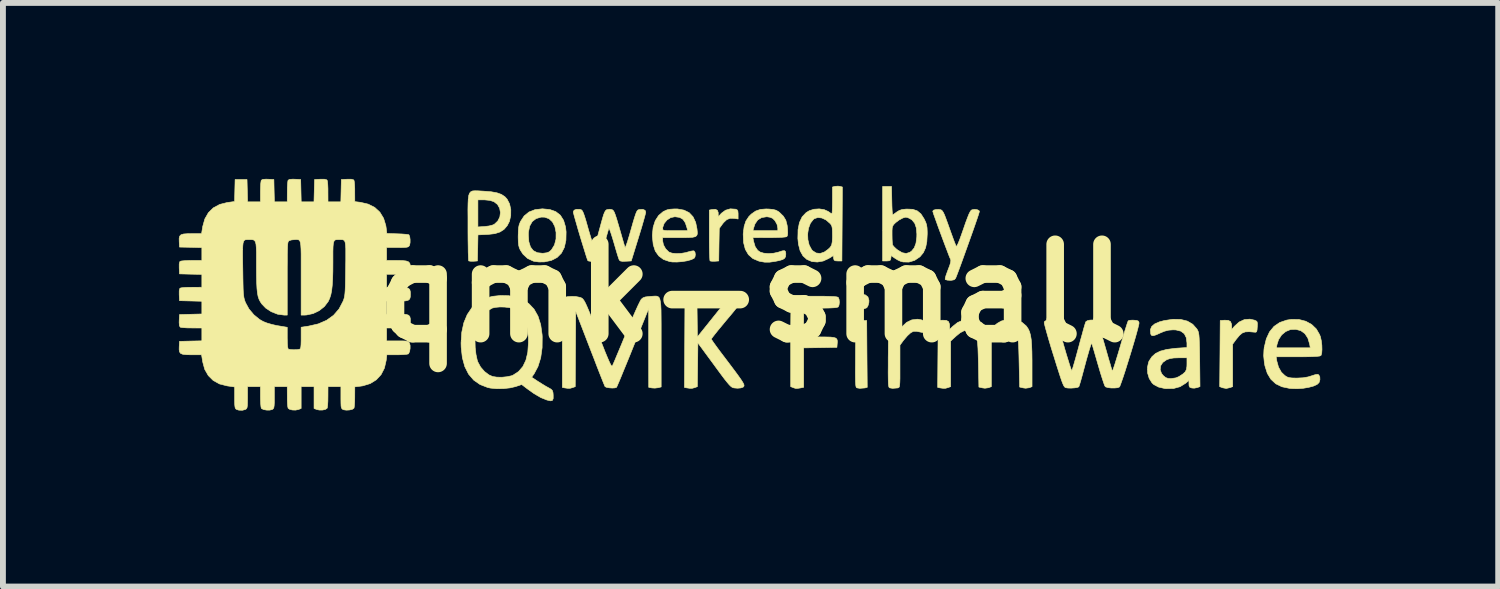
<source format=kicad_pcb>
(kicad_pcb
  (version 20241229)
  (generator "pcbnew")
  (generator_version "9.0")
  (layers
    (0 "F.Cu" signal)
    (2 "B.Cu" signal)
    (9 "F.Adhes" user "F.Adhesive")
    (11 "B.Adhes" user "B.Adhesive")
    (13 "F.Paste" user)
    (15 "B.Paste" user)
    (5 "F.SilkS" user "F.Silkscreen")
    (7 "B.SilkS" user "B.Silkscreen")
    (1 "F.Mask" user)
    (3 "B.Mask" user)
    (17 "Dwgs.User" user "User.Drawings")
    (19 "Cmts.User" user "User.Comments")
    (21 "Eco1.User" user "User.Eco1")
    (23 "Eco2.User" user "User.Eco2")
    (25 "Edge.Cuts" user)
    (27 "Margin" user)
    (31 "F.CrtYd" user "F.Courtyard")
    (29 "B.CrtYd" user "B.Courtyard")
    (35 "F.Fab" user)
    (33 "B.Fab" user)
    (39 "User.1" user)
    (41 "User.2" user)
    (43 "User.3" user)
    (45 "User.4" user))
  (footprint "qmk-small"
    (layer "F.Cu")
    (at 9.79 1.95)
    (property "Reference" "qmk-small" (at 0 0 0) (layer "F.SilkS") (effects (font (size 1.524 1.524) (thickness 0.3))))
    (attr through_hole)
    (fp_poly (pts (xy 1.943 1.035) (xy 1.948 1.605) (xy 1.909 1.615) (xy 1.821 1.622) (xy 1.774 1.614) (xy 1.765 1.61) (xy 1.759 1.6) (xy 1.754 1.582) (xy 1.751 1.551) (xy 1.748 1.505) (xy 1.747 1.44) (xy 1.746 1.352) (xy 1.747 1.238) (xy 1.748 1.095) (xy 1.748 1.036) (xy 1.753 0.466) (xy 1.939 0.466) (xy 1.943 1.035)) (stroke (width 0.01) (type solid)) (fill yes) (layer "F.SilkS"))
    (fp_poly (pts (xy 1.917 0.029) (xy 1.96 0.064) (xy 1.977 0.12) (xy 1.976 0.158) (xy 1.963 0.207) (xy 1.943 0.244) (xy 1.937 0.249) (xy 1.892 0.266) (xy 1.833 0.27) (xy 1.778 0.261) (xy 1.754 0.249) (xy 1.734 0.221) (xy 1.725 0.17) (xy 1.724 0.144) (xy 1.732 0.078) (xy 1.756 0.038) (xy 1.804 0.02) (xy 1.849 0.017) (xy 1.917 0.029)) (stroke (width 0.01) (type solid)) (fill yes) (layer "F.SilkS"))
    (fp_poly (pts (xy -0.299 -1.433) (xy -0.297 -1.433) (xy -0.271 -1.422) (xy -0.258 -1.401) (xy -0.254 -1.36) (xy -0.254 -1.344) (xy -0.254 -1.266) (xy -0.321 -1.276) (xy -0.39 -1.278) (xy -0.448 -1.255) (xy -0.502 -1.204) (xy -0.523 -1.177) (xy -0.575 -1.105) (xy -0.58 -0.828) (xy -0.584 -0.55) (xy -0.653 -0.545) (xy -0.699 -0.545) (xy -0.729 -0.55) (xy -0.733 -0.552) (xy -0.736 -0.572) (xy -0.739 -0.621) (xy -0.742 -0.694) (xy -0.744 -0.787) (xy -0.745 -0.895) (xy -0.745 -0.991) (xy -0.745 -1.418) (xy -0.701 -1.427) (xy -0.642 -1.431) (xy -0.607 -1.414) (xy -0.593 -1.375) (xy -0.593 -1.361) (xy -0.593 -1.304) (xy -0.538 -1.364) (xy -0.469 -1.415) (xy -0.387 -1.439) (xy -0.299 -1.433)) (stroke (width 0.01) (type solid)) (fill yes) (layer "F.SilkS"))
    (fp_poly (pts (xy 8.55 0.459) (xy 8.58 0.472) (xy 8.596 0.488) (xy 8.601 0.518) (xy 8.599 0.571) (xy 8.599 0.573) (xy 8.595 0.627) (xy 8.588 0.655) (xy 8.574 0.665) (xy 8.551 0.664) (xy 8.461 0.656) (xy 8.395 0.659) (xy 8.342 0.679) (xy 8.295 0.719) (xy 8.242 0.783) (xy 8.227 0.803) (xy 8.179 0.869) (xy 8.179 1.593) (xy 8.135 1.609) (xy 8.07 1.624) (xy 8.007 1.612) (xy 7.997 1.608) (xy 7.958 1.593) (xy 7.963 1.029) (xy 7.967 0.466) (xy 8.04 0.46) (xy 8.105 0.463) (xy 8.143 0.484) (xy 8.16 0.528) (xy 8.162 0.557) (xy 8.163 0.618) (xy 8.209 0.564) (xy 8.29 0.491) (xy 8.378 0.45) (xy 8.473 0.442) (xy 8.55 0.459)) (stroke (width 0.01) (type solid)) (fill yes) (layer "F.SilkS"))
    (fp_poly (pts (xy 2.813 0.444) (xy 2.867 0.453) (xy 2.909 0.467) (xy 2.92 0.474) (xy 2.935 0.502) (xy 2.944 0.548) (xy 2.947 0.6) (xy 2.942 0.644) (xy 2.93 0.669) (xy 2.93 0.669) (xy 2.904 0.671) (xy 2.861 0.664) (xy 2.843 0.66) (xy 2.79 0.65) (xy 2.744 0.649) (xy 2.735 0.65) (xy 2.688 0.675) (xy 2.632 0.726) (xy 2.569 0.8) (xy 2.554 0.82) (xy 2.506 0.886) (xy 2.506 1.245) (xy 2.506 1.364) (xy 2.506 1.454) (xy 2.504 1.518) (xy 2.501 1.561) (xy 2.497 1.589) (xy 2.49 1.604) (xy 2.48 1.611) (xy 2.468 1.615) (xy 2.38 1.622) (xy 2.332 1.614) (xy 2.324 1.61) (xy 2.318 1.6) (xy 2.313 1.582) (xy 2.309 1.551) (xy 2.307 1.505) (xy 2.306 1.44) (xy 2.305 1.352) (xy 2.306 1.238) (xy 2.306 1.095) (xy 2.307 1.036) (xy 2.311 0.466) (xy 2.481 0.466) (xy 2.489 0.546) (xy 2.498 0.627) (xy 2.545 0.567) (xy 2.62 0.497) (xy 2.707 0.455) (xy 2.801 0.443) (xy 2.813 0.444)) (stroke (width 0.01) (type solid)) (fill yes) (layer "F.SilkS"))
    (fp_poly (pts (xy 1.2 0.051) (xy 1.303 0.054) (xy 1.378 0.057) (xy 1.426 0.062) (xy 1.451 0.069) (xy 1.453 0.071) (xy 1.468 0.105) (xy 1.473 0.154) (xy 1.467 0.203) (xy 1.453 0.234) (xy 1.43 0.242) (xy 1.381 0.248) (xy 1.303 0.252) (xy 1.194 0.254) (xy 1.148 0.254) (xy 0.864 0.254) (xy 0.864 0.745) (xy 1.132 0.745) (xy 1.242 0.746) (xy 1.323 0.748) (xy 1.378 0.755) (xy 1.413 0.766) (xy 1.431 0.785) (xy 1.438 0.812) (xy 1.437 0.85) (xy 1.436 0.858) (xy 1.431 0.923) (xy 1.147 0.928) (xy 0.864 0.932) (xy 0.864 1.604) (xy 0.811 1.615) (xy 0.759 1.623) (xy 0.722 1.622) (xy 0.683 1.609) (xy 0.682 1.608) (xy 0.643 1.593) (xy 0.643 0.848) (xy 0.644 0.668) (xy 0.644 0.518) (xy 0.645 0.397) (xy 0.646 0.3) (xy 0.648 0.225) (xy 0.651 0.17) (xy 0.654 0.13) (xy 0.658 0.103) (xy 0.664 0.087) (xy 0.67 0.077) (xy 0.683 0.068) (xy 0.706 0.062) (xy 0.743 0.057) (xy 0.797 0.054) (xy 0.874 0.052) (xy 0.977 0.051) (xy 1.065 0.051) (xy 1.2 0.051)) (stroke (width 0.01) (type solid)) (fill yes) (layer "F.SilkS"))
    (fp_poly (pts (xy -4.69 -1.746) (xy -4.626 -1.742) (xy -4.59 -1.74) (xy -4.464 -1.73) (xy -4.365 -1.712) (xy -4.29 -1.685) (xy -4.231 -1.646) (xy -4.193 -1.604) (xy -4.151 -1.523) (xy -4.13 -1.427) (xy -4.131 -1.324) (xy -4.153 -1.226) (xy -4.191 -1.152) (xy -4.246 -1.088) (xy -4.315 -1.044) (xy -4.402 -1.016) (xy -4.515 -1.003) (xy -4.533 -1.002) (xy -4.69 -0.995) (xy -4.694 -0.773) (xy -4.699 -0.55) (xy -4.767 -0.545) (xy -4.813 -0.545) (xy -4.844 -0.55) (xy -4.848 -0.552) (xy -4.851 -0.572) (xy -4.853 -0.621) (xy -4.856 -0.696) (xy -4.857 -0.792) (xy -4.859 -0.907) (xy -4.86 -1.035) (xy -4.86 -1.13) (xy -4.691 -1.13) (xy -4.573 -1.138) (xy -4.501 -1.147) (xy -4.442 -1.162) (xy -4.412 -1.175) (xy -4.352 -1.231) (xy -4.317 -1.3) (xy -4.307 -1.376) (xy -4.32 -1.449) (xy -4.357 -1.514) (xy -4.419 -1.562) (xy -4.42 -1.562) (xy -4.487 -1.583) (xy -4.576 -1.592) (xy -4.585 -1.592) (xy -4.691 -1.592) (xy -4.691 -1.13) (xy -4.86 -1.13) (xy -4.86 -1.137) (xy -4.86 -1.298) (xy -4.861 -1.429) (xy -4.859 -1.532) (xy -4.855 -1.61) (xy -4.847 -1.668) (xy -4.832 -1.707) (xy -4.811 -1.731) (xy -4.781 -1.744) (xy -4.741 -1.747) (xy -4.69 -1.746)) (stroke (width 0.01) (type solid)) (fill yes) (layer "F.SilkS"))
    (fp_poly (pts (xy -3.464 -1.427) (xy -3.363 -1.391) (xy -3.285 -1.33) (xy -3.23 -1.243) (xy -3.197 -1.132) (xy -3.187 -1.047) (xy -3.19 -0.902) (xy -3.217 -0.781) (xy -3.267 -0.683) (xy -3.341 -0.609) (xy -3.439 -0.559) (xy -3.559 -0.534) (xy -3.565 -0.534) (xy -3.651 -0.533) (xy -3.733 -0.544) (xy -3.747 -0.548) (xy -3.842 -0.592) (xy -3.921 -0.665) (xy -3.968 -0.737) (xy -3.985 -0.775) (xy -3.996 -0.818) (xy -4.002 -0.874) (xy -4.004 -0.952) (xy -4.004 -0.974) (xy -4.003 -0.994) (xy -3.831 -0.994) (xy -3.822 -0.877) (xy -3.794 -0.788) (xy -3.746 -0.726) (xy -3.678 -0.691) (xy -3.59 -0.681) (xy -3.574 -0.682) (xy -3.515 -0.69) (xy -3.474 -0.706) (xy -3.439 -0.737) (xy -3.435 -0.742) (xy -3.385 -0.823) (xy -3.359 -0.924) (xy -3.358 -1.037) (xy -3.379 -1.138) (xy -3.42 -1.217) (xy -3.479 -1.271) (xy -3.553 -1.297) (xy -3.614 -1.298) (xy -3.7 -1.272) (xy -3.765 -1.221) (xy -3.808 -1.145) (xy -3.829 -1.043) (xy -3.831 -0.994) (xy -4.003 -0.994) (xy -4.002 -1.058) (xy -3.997 -1.119) (xy -3.987 -1.167) (xy -3.97 -1.21) (xy -3.964 -1.224) (xy -3.902 -1.318) (xy -3.82 -1.385) (xy -3.717 -1.425) (xy -3.594 -1.439) (xy -3.588 -1.439) (xy -3.464 -1.427)) (stroke (width 0.01) (type solid)) (fill yes) (layer "F.SilkS"))
    (fp_poly (pts (xy -0.209 0.059) (xy -0.193 0.074) (xy -0.192 0.076) (xy -0.188 0.094) (xy -0.191 0.114) (xy -0.203 0.141) (xy -0.226 0.177) (xy -0.262 0.226) (xy -0.313 0.291) (xy -0.383 0.376) (xy -0.464 0.472) (xy -0.535 0.558) (xy -0.598 0.634) (xy -0.65 0.699) (xy -0.688 0.748) (xy -0.708 0.776) (xy -0.711 0.782) (xy -0.701 0.799) (xy -0.674 0.839) (xy -0.631 0.899) (xy -0.576 0.974) (xy -0.511 1.06) (xy -0.451 1.139) (xy -0.364 1.254) (xy -0.296 1.345) (xy -0.244 1.416) (xy -0.206 1.47) (xy -0.18 1.51) (xy -0.164 1.538) (xy -0.155 1.559) (xy -0.153 1.576) (xy -0.152 1.58) (xy -0.168 1.601) (xy -0.208 1.615) (xy -0.263 1.62) (xy -0.32 1.615) (xy -0.34 1.611) (xy -0.359 1.602) (xy -0.38 1.586) (xy -0.406 1.56) (xy -0.44 1.52) (xy -0.485 1.464) (xy -0.542 1.388) (xy -0.615 1.289) (xy -0.661 1.226) (xy -0.94 0.847) (xy -0.944 1.22) (xy -0.949 1.593) (xy -0.992 1.609) (xy -1.035 1.621) (xy -1.081 1.621) (xy -1.13 1.614) (xy -1.169 1.606) (xy -1.164 0.833) (xy -1.16 0.059) (xy -0.957 0.059) (xy -0.952 0.402) (xy -0.948 0.745) (xy -0.673 0.402) (xy -0.398 0.059) (xy -0.3 0.054) (xy -0.242 0.053) (xy -0.209 0.059)) (stroke (width 0.01) (type solid)) (fill yes) (layer "F.SilkS"))
    (fp_poly (pts (xy 1.482 -1.822) (xy 1.524 -1.811) (xy 1.52 -1.181) (xy 1.516 -0.55) (xy 1.448 -0.55) (xy 1.404 -0.553) (xy 1.383 -0.565) (xy 1.375 -0.592) (xy 1.375 -0.596) (xy 1.37 -0.641) (xy 1.29 -0.592) (xy 1.197 -0.549) (xy 1.097 -0.532) (xy 1.005 -0.54) (xy 0.918 -0.577) (xy 0.852 -0.637) (xy 0.804 -0.723) (xy 0.775 -0.836) (xy 0.765 -0.935) (xy 0.767 -1.012) (xy 0.932 -1.012) (xy 0.936 -0.913) (xy 0.958 -0.821) (xy 0.999 -0.745) (xy 1.016 -0.725) (xy 1.077 -0.686) (xy 1.145 -0.678) (xy 1.213 -0.701) (xy 1.22 -0.705) (xy 1.279 -0.747) (xy 1.318 -0.784) (xy 1.341 -0.823) (xy 1.351 -0.875) (xy 1.355 -0.949) (xy 1.355 -0.983) (xy 1.354 -1.06) (xy 1.351 -1.112) (xy 1.343 -1.147) (xy 1.33 -1.171) (xy 1.315 -1.189) (xy 1.246 -1.249) (xy 1.174 -1.283) (xy 1.105 -1.291) (xy 1.045 -1.271) (xy 1.03 -1.259) (xy 0.979 -1.194) (xy 0.947 -1.108) (xy 0.932 -1.012) (xy 0.767 -1.012) (xy 0.768 -1.083) (xy 0.792 -1.205) (xy 0.838 -1.302) (xy 0.906 -1.374) (xy 0.96 -1.407) (xy 1.04 -1.432) (xy 1.129 -1.438) (xy 1.214 -1.425) (xy 1.283 -1.394) (xy 1.286 -1.392) (xy 1.321 -1.367) (xy 1.344 -1.355) (xy 1.346 -1.355) (xy 1.349 -1.371) (xy 1.352 -1.414) (xy 1.354 -1.479) (xy 1.355 -1.56) (xy 1.355 -1.583) (xy 1.355 -1.811) (xy 1.397 -1.822) (xy 1.448 -1.826) (xy 1.482 -1.822)) (stroke (width 0.01) (type solid)) (fill yes) (layer "F.SilkS"))
    (fp_poly (pts (xy 0.274 -1.435) (xy 0.344 -1.428) (xy 0.393 -1.415) (xy 0.434 -1.392) (xy 0.454 -1.376) (xy 0.518 -1.313) (xy 0.56 -1.244) (xy 0.582 -1.158) (xy 0.589 -1.098) (xy 0.592 -1.029) (xy 0.588 -0.988) (xy 0.578 -0.967) (xy 0.574 -0.964) (xy 0.55 -0.959) (xy 0.498 -0.954) (xy 0.425 -0.951) (xy 0.336 -0.949) (xy 0.274 -0.949) (xy -0.002 -0.948) (xy 0.01 -0.885) (xy 0.037 -0.794) (xy 0.08 -0.731) (xy 0.121 -0.702) (xy 0.183 -0.683) (xy 0.264 -0.676) (xy 0.352 -0.682) (xy 0.432 -0.7) (xy 0.438 -0.702) (xy 0.499 -0.722) (xy 0.535 -0.726) (xy 0.553 -0.713) (xy 0.559 -0.68) (xy 0.559 -0.662) (xy 0.555 -0.624) (xy 0.539 -0.596) (xy 0.507 -0.575) (xy 0.451 -0.558) (xy 0.374 -0.542) (xy 0.28 -0.529) (xy 0.201 -0.529) (xy 0.12 -0.543) (xy 0.097 -0.549) (xy -0.002 -0.591) (xy -0.078 -0.658) (xy -0.131 -0.749) (xy -0.161 -0.865) (xy -0.167 -1.004) (xy -0.166 -1.023) (xy -0.16 -1.067) (xy -0.001 -1.067) (xy 0.423 -1.067) (xy 0.423 -1.11) (xy 0.41 -1.174) (xy 0.375 -1.237) (xy 0.335 -1.277) (xy 0.293 -1.295) (xy 0.239 -1.304) (xy 0.232 -1.304) (xy 0.147 -1.29) (xy 0.081 -1.25) (xy 0.034 -1.182) (xy 0.011 -1.113) (xy -0.001 -1.067) (xy -0.16 -1.067) (xy -0.151 -1.139) (xy -0.121 -1.231) (xy -0.07 -1.308) (xy -0.028 -1.35) (xy 0.045 -1.401) (xy 0.126 -1.429) (xy 0.224 -1.437) (xy 0.274 -1.435)) (stroke (width 0.01) (type solid)) (fill yes) (layer "F.SilkS"))
    (fp_poly (pts (xy 3.821 -1.425) (xy 3.853 -1.41) (xy 3.861 -1.394) (xy 3.855 -1.373) (xy 3.84 -1.325) (xy 3.816 -1.254) (xy 3.785 -1.164) (xy 3.749 -1.061) (xy 3.709 -0.949) (xy 3.667 -0.831) (xy 3.625 -0.714) (xy 3.584 -0.6) (xy 3.546 -0.495) (xy 3.512 -0.403) (xy 3.484 -0.329) (xy 3.464 -0.277) (xy 3.453 -0.252) (xy 3.431 -0.23) (xy 3.389 -0.221) (xy 3.362 -0.22) (xy 3.314 -0.223) (xy 3.283 -0.232) (xy 3.277 -0.236) (xy 3.279 -0.258) (xy 3.291 -0.303) (xy 3.313 -0.364) (xy 3.326 -0.399) (xy 3.356 -0.478) (xy 3.371 -0.532) (xy 3.373 -0.565) (xy 3.37 -0.576) (xy 3.358 -0.602) (xy 3.337 -0.654) (xy 3.31 -0.726) (xy 3.277 -0.812) (xy 3.241 -0.908) (xy 3.204 -1.008) (xy 3.167 -1.107) (xy 3.134 -1.199) (xy 3.105 -1.28) (xy 3.082 -1.344) (xy 3.069 -1.386) (xy 3.065 -1.399) (xy 3.08 -1.417) (xy 3.117 -1.427) (xy 3.164 -1.429) (xy 3.198 -1.424) (xy 3.215 -1.417) (xy 3.23 -1.402) (xy 3.246 -1.377) (xy 3.266 -1.335) (xy 3.29 -1.272) (xy 3.322 -1.185) (xy 3.346 -1.117) (xy 3.38 -1.022) (xy 3.411 -0.937) (xy 3.437 -0.868) (xy 3.456 -0.821) (xy 3.465 -0.8) (xy 3.476 -0.807) (xy 3.496 -0.845) (xy 3.525 -0.916) (xy 3.562 -1.019) (xy 3.588 -1.093) (xy 3.627 -1.206) (xy 3.659 -1.291) (xy 3.683 -1.351) (xy 3.703 -1.39) (xy 3.719 -1.413) (xy 3.733 -1.422) (xy 3.777 -1.43) (xy 3.821 -1.425)) (stroke (width 0.01) (type solid)) (fill yes) (layer "F.SilkS"))
    (fp_poly (pts (xy -1.288 -1.437) (xy -1.177 -1.417) (xy -1.089 -1.374) (xy -1.023 -1.304) (xy -0.978 -1.209) (xy -0.955 -1.097) (xy -0.95 -1.045) (xy -0.95 -1.008) (xy -0.961 -0.981) (xy -0.986 -0.964) (xy -1.03 -0.954) (xy -1.097 -0.95) (xy -1.191 -0.948) (xy -1.264 -0.948) (xy -1.541 -0.948) (xy -1.541 -0.893) (xy -1.527 -0.825) (xy -1.49 -0.758) (xy -1.438 -0.706) (xy -1.433 -0.702) (xy -1.381 -0.683) (xy -1.309 -0.676) (xy -1.226 -0.679) (xy -1.143 -0.693) (xy -1.111 -0.703) (xy -1.059 -0.717) (xy -1.019 -0.723) (xy -1.006 -0.721) (xy -0.989 -0.699) (xy -0.983 -0.66) (xy -0.989 -0.62) (xy -1.003 -0.597) (xy -1.051 -0.573) (xy -1.123 -0.553) (xy -1.208 -0.539) (xy -1.296 -0.532) (xy -1.376 -0.533) (xy -1.422 -0.54) (xy -1.527 -0.576) (xy -1.607 -0.636) (xy -1.666 -0.719) (xy -1.701 -0.828) (xy -1.715 -0.961) (xy -1.716 -0.991) (xy -1.705 -1.102) (xy -1.541 -1.102) (xy -1.539 -1.087) (xy -1.53 -1.077) (xy -1.509 -1.071) (xy -1.469 -1.068) (xy -1.406 -1.067) (xy -1.327 -1.067) (xy -1.114 -1.067) (xy -1.125 -1.113) (xy -1.154 -1.201) (xy -1.194 -1.26) (xy -1.251 -1.293) (xy -1.328 -1.304) (xy -1.335 -1.304) (xy -1.405 -1.289) (xy -1.467 -1.248) (xy -1.515 -1.19) (xy -1.539 -1.123) (xy -1.541 -1.102) (xy -1.705 -1.102) (xy -1.703 -1.123) (xy -1.667 -1.236) (xy -1.609 -1.326) (xy -1.531 -1.392) (xy -1.465 -1.422) (xy -1.414 -1.432) (xy -1.346 -1.437) (xy -1.288 -1.437)) (stroke (width 0.01) (type solid)) (fill yes) (layer "F.SilkS"))
    (fp_poly (pts (xy 9.31 0.448) (xy 9.426 0.478) (xy 9.526 0.533) (xy 9.606 0.61) (xy 9.662 0.707) (xy 9.676 0.744) (xy 9.691 0.812) (xy 9.7 0.887) (xy 9.702 0.959) (xy 9.698 1.019) (xy 9.687 1.058) (xy 9.682 1.063) (xy 9.663 1.071) (xy 9.621 1.076) (xy 9.552 1.08) (xy 9.455 1.083) (xy 9.327 1.084) (xy 9.292 1.084) (xy 8.921 1.084) (xy 8.932 1.156) (xy 8.961 1.26) (xy 9.009 1.346) (xy 9.071 1.405) (xy 9.106 1.427) (xy 9.142 1.439) (xy 9.188 1.445) (xy 9.256 1.447) (xy 9.278 1.447) (xy 9.381 1.442) (xy 9.466 1.427) (xy 9.524 1.409) (xy 9.586 1.389) (xy 9.625 1.383) (xy 9.646 1.391) (xy 9.665 1.425) (xy 9.667 1.475) (xy 9.652 1.524) (xy 9.618 1.556) (xy 9.558 1.583) (xy 9.476 1.605) (xy 9.382 1.621) (xy 9.28 1.628) (xy 9.178 1.625) (xy 9.147 1.622) (xy 9.019 1.595) (xy 8.914 1.544) (xy 8.831 1.467) (xy 8.77 1.366) (xy 8.729 1.237) (xy 8.719 1.178) (xy 8.708 1.067) (xy 8.713 0.961) (xy 8.717 0.931) (xy 8.925 0.931) (xy 9.503 0.931) (xy 9.492 0.868) (xy 9.461 0.765) (xy 9.411 0.689) (xy 9.342 0.639) (xy 9.257 0.616) (xy 9.167 0.619) (xy 9.084 0.653) (xy 9.014 0.711) (xy 8.962 0.791) (xy 8.935 0.876) (xy 8.925 0.931) (xy 8.717 0.931) (xy 8.718 0.923) (xy 8.753 0.778) (xy 8.808 0.659) (xy 8.884 0.566) (xy 8.982 0.499) (xy 9.102 0.458) (xy 9.183 0.446) (xy 9.31 0.448)) (stroke (width 0.01) (type solid)) (fill yes) (layer "F.SilkS"))
    (fp_poly (pts (xy 2.367 -1.579) (xy 2.369 -1.493) (xy 2.372 -1.421) (xy 2.376 -1.368) (xy 2.379 -1.34) (xy 2.381 -1.338) (xy 2.399 -1.347) (xy 2.433 -1.371) (xy 2.45 -1.384) (xy 2.494 -1.411) (xy 2.541 -1.427) (xy 2.605 -1.434) (xy 2.623 -1.435) (xy 2.723 -1.431) (xy 2.8 -1.405) (xy 2.863 -1.353) (xy 2.916 -1.271) (xy 2.92 -1.263) (xy 2.945 -1.211) (xy 2.96 -1.166) (xy 2.968 -1.115) (xy 2.971 -1.048) (xy 2.971 -1.01) (xy 2.964 -0.879) (xy 2.943 -0.775) (xy 2.905 -0.692) (xy 2.85 -0.625) (xy 2.845 -0.62) (xy 2.756 -0.56) (xy 2.659 -0.531) (xy 2.56 -0.533) (xy 2.515 -0.545) (xy 2.466 -0.568) (xy 2.415 -0.6) (xy 2.41 -0.603) (xy 2.356 -0.643) (xy 2.351 -0.597) (xy 2.344 -0.567) (xy 2.325 -0.554) (xy 2.284 -0.55) (xy 2.278 -0.55) (xy 2.21 -0.55) (xy 2.21 -0.997) (xy 2.371 -0.997) (xy 2.372 -0.927) (xy 2.375 -0.867) (xy 2.379 -0.829) (xy 2.381 -0.822) (xy 2.4 -0.797) (xy 2.437 -0.761) (xy 2.468 -0.736) (xy 2.544 -0.691) (xy 2.611 -0.678) (xy 2.674 -0.697) (xy 2.705 -0.719) (xy 2.75 -0.774) (xy 2.779 -0.852) (xy 2.793 -0.957) (xy 2.794 -1.01) (xy 2.785 -1.114) (xy 2.758 -1.193) (xy 2.711 -1.25) (xy 2.671 -1.275) (xy 2.629 -1.293) (xy 2.597 -1.296) (xy 2.556 -1.283) (xy 2.546 -1.278) (xy 2.49 -1.248) (xy 2.436 -1.207) (xy 2.426 -1.198) (xy 2.399 -1.171) (xy 2.383 -1.146) (xy 2.374 -1.115) (xy 2.371 -1.068) (xy 2.371 -0.997) (xy 2.21 -0.997) (xy 2.21 -1.82) (xy 2.362 -1.82) (xy 2.367 -1.579)) (stroke (width 0.01) (type solid)) (fill yes) (layer "F.SilkS"))
    (fp_poly (pts (xy 4.496 0.46) (xy 4.585 0.495) (xy 4.656 0.555) (xy 4.668 0.57) (xy 4.695 0.611) (xy 4.716 0.658) (xy 4.732 0.716) (xy 4.744 0.789) (xy 4.751 0.881) (xy 4.756 0.997) (xy 4.758 1.141) (xy 4.758 1.207) (xy 4.758 1.593) (xy 4.712 1.611) (xy 4.649 1.62) (xy 4.606 1.614) (xy 4.547 1.6) (xy 4.538 1.194) (xy 4.535 1.064) (xy 4.532 0.964) (xy 4.529 0.889) (xy 4.525 0.834) (xy 4.519 0.794) (xy 4.512 0.764) (xy 4.502 0.742) (xy 4.495 0.728) (xy 4.444 0.667) (xy 4.383 0.637) (xy 4.312 0.639) (xy 4.234 0.672) (xy 4.149 0.738) (xy 4.147 0.74) (xy 4.064 0.817) (xy 4.064 1.593) (xy 4.017 1.611) (xy 3.955 1.62) (xy 3.912 1.614) (xy 3.852 1.6) (xy 3.844 1.194) (xy 3.84 1.052) (xy 3.836 0.939) (xy 3.83 0.853) (xy 3.821 0.787) (xy 3.809 0.74) (xy 3.792 0.705) (xy 3.77 0.68) (xy 3.741 0.66) (xy 3.723 0.651) (xy 3.663 0.632) (xy 3.601 0.639) (xy 3.533 0.674) (xy 3.464 0.73) (xy 3.37 0.816) (xy 3.37 1.593) (xy 3.326 1.609) (xy 3.283 1.621) (xy 3.237 1.621) (xy 3.187 1.614) (xy 3.149 1.606) (xy 3.158 0.466) (xy 3.231 0.46) (xy 3.296 0.463) (xy 3.334 0.484) (xy 3.351 0.528) (xy 3.353 0.556) (xy 3.353 0.616) (xy 3.408 0.564) (xy 3.488 0.5) (xy 3.571 0.464) (xy 3.668 0.45) (xy 3.691 0.45) (xy 3.804 0.461) (xy 3.893 0.497) (xy 3.962 0.557) (xy 3.978 0.58) (xy 4.019 0.643) (xy 4.09 0.577) (xy 4.165 0.514) (xy 4.233 0.475) (xy 4.305 0.455) (xy 4.386 0.449) (xy 4.496 0.46)) (stroke (width 0.01) (type solid)) (fill yes) (layer "F.SilkS"))
    (fp_poly (pts (xy 7.293 0.447) (xy 7.406 0.475) (xy 7.498 0.529) (xy 7.568 0.608) (xy 7.582 0.631) (xy 7.591 0.652) (xy 7.598 0.678) (xy 7.604 0.715) (xy 7.608 0.766) (xy 7.611 0.837) (xy 7.614 0.93) (xy 7.616 1.05) (xy 7.617 1.139) (xy 7.622 1.592) (xy 7.576 1.609) (xy 7.524 1.619) (xy 7.482 1.616) (xy 7.449 1.604) (xy 7.436 1.58) (xy 7.434 1.547) (xy 7.434 1.487) (xy 7.38 1.533) (xy 7.282 1.594) (xy 7.169 1.625) (xy 7.039 1.626) (xy 7.018 1.624) (xy 6.915 1.6) (xy 6.834 1.557) (xy 6.804 1.529) (xy 6.756 1.453) (xy 6.729 1.361) (xy 6.727 1.303) (xy 6.943 1.303) (xy 6.966 1.368) (xy 6.995 1.404) (xy 7.036 1.438) (xy 7.078 1.453) (xy 7.126 1.456) (xy 7.213 1.443) (xy 7.264 1.421) (xy 7.33 1.378) (xy 7.37 1.341) (xy 7.391 1.3) (xy 7.399 1.246) (xy 7.4 1.208) (xy 7.4 1.101) (xy 7.261 1.101) (xy 7.174 1.104) (xy 7.11 1.114) (xy 7.056 1.133) (xy 7.052 1.135) (xy 6.987 1.181) (xy 6.95 1.239) (xy 6.943 1.303) (xy 6.727 1.303) (xy 6.726 1.265) (xy 6.746 1.174) (xy 6.756 1.153) (xy 6.803 1.082) (xy 6.865 1.027) (xy 6.947 0.987) (xy 7.052 0.959) (xy 7.186 0.941) (xy 7.234 0.937) (xy 7.4 0.926) (xy 7.4 0.848) (xy 7.388 0.757) (xy 7.354 0.69) (xy 7.296 0.647) (xy 7.212 0.626) (xy 7.164 0.624) (xy 7.087 0.63) (xy 7.016 0.648) (xy 6.948 0.676) (xy 6.878 0.708) (xy 6.832 0.723) (xy 6.804 0.723) (xy 6.788 0.709) (xy 6.781 0.688) (xy 6.776 0.622) (xy 6.798 0.568) (xy 6.849 0.524) (xy 6.931 0.488) (xy 7.01 0.467) (xy 7.161 0.444) (xy 7.293 0.447)) (stroke (width 0.01) (type solid)) (fill yes) (layer "F.SilkS"))
    (fp_poly (pts (xy -4.17 0.042) (xy -4.075 0.058) (xy -3.939 0.104) (xy -3.825 0.175) (xy -3.734 0.271) (xy -3.666 0.391) (xy -3.62 0.536) (xy -3.596 0.707) (xy -3.594 0.743) (xy -3.596 0.93) (xy -3.62 1.101) (xy -3.667 1.251) (xy -3.734 1.377) (xy -3.741 1.386) (xy -3.774 1.433) (xy -3.669 1.502) (xy -3.604 1.543) (xy -3.537 1.584) (xy -3.488 1.611) (xy -3.443 1.637) (xy -3.42 1.661) (xy -3.41 1.697) (xy -3.407 1.738) (xy -3.407 1.796) (xy -3.42 1.827) (xy -3.451 1.835) (xy -3.507 1.823) (xy -3.517 1.82) (xy -3.619 1.779) (xy -3.735 1.711) (xy -3.847 1.631) (xy -3.944 1.557) (xy -4.049 1.592) (xy -4.143 1.614) (xy -4.254 1.626) (xy -4.369 1.628) (xy -4.475 1.618) (xy -4.523 1.608) (xy -4.654 1.557) (xy -4.763 1.481) (xy -4.85 1.379) (xy -4.914 1.252) (xy -4.956 1.099) (xy -4.976 0.921) (xy -4.978 0.847) (xy -4.975 0.806) (xy -4.74 0.806) (xy -4.737 0.926) (xy -4.724 1.041) (xy -4.703 1.139) (xy -4.692 1.172) (xy -4.645 1.259) (xy -4.579 1.335) (xy -4.502 1.393) (xy -4.44 1.42) (xy -4.369 1.431) (xy -4.282 1.433) (xy -4.194 1.424) (xy -4.119 1.408) (xy -4.093 1.398) (xy -3.998 1.336) (xy -3.924 1.25) (xy -3.872 1.141) (xy -3.84 1.006) (xy -3.829 0.844) (xy -3.83 0.758) (xy -3.847 0.606) (xy -3.882 0.482) (xy -3.937 0.383) (xy -4.012 0.308) (xy -4.096 0.26) (xy -4.155 0.245) (xy -4.233 0.236) (xy -4.317 0.234) (xy -4.393 0.241) (xy -4.445 0.253) (xy -4.546 0.311) (xy -4.627 0.396) (xy -4.689 0.507) (xy -4.718 0.597) (xy -4.734 0.692) (xy -4.74 0.806) (xy -4.975 0.806) (xy -4.966 0.666) (xy -4.931 0.505) (xy -4.873 0.365) (xy -4.794 0.248) (xy -4.694 0.156) (xy -4.574 0.09) (xy -4.56 0.085) (xy -4.44 0.053) (xy -4.306 0.039) (xy -4.17 0.042)) (stroke (width 0.01) (type solid)) (fill yes) (layer "F.SilkS"))
    (fp_poly (pts (xy -1.642 0.05) (xy -1.619 0.058) (xy -1.601 0.074) (xy -1.588 0.103) (xy -1.579 0.146) (xy -1.572 0.207) (xy -1.568 0.288) (xy -1.567 0.391) (xy -1.566 0.521) (xy -1.566 0.679) (xy -1.566 0.848) (xy -1.566 1.598) (xy -1.617 1.611) (xy -1.672 1.618) (xy -1.723 1.615) (xy -1.778 1.605) (xy -1.779 0.934) (xy -1.779 0.262) (xy -2.047 0.927) (xy -2.104 1.069) (xy -2.158 1.201) (xy -2.207 1.32) (xy -2.249 1.423) (xy -2.283 1.505) (xy -2.309 1.565) (xy -2.324 1.599) (xy -2.327 1.605) (xy -2.354 1.614) (xy -2.4 1.617) (xy -2.452 1.613) (xy -2.497 1.605) (xy -2.522 1.593) (xy -2.523 1.592) (xy -2.532 1.571) (xy -2.552 1.523) (xy -2.581 1.45) (xy -2.618 1.356) (xy -2.662 1.244) (xy -2.71 1.118) (xy -2.763 0.982) (xy -2.78 0.938) (xy -3.023 0.308) (xy -3.031 1.593) (xy -3.075 1.609) (xy -3.118 1.621) (xy -3.164 1.621) (xy -3.213 1.614) (xy -3.251 1.606) (xy -3.251 0.858) (xy -3.251 0.702) (xy -3.25 0.555) (xy -3.248 0.422) (xy -3.246 0.306) (xy -3.244 0.211) (xy -3.241 0.141) (xy -3.238 0.098) (xy -3.236 0.086) (xy -3.208 0.069) (xy -3.157 0.058) (xy -3.093 0.054) (xy -3.026 0.056) (xy -2.967 0.067) (xy -2.946 0.072) (xy -2.928 0.079) (xy -2.911 0.089) (xy -2.895 0.106) (xy -2.877 0.132) (xy -2.856 0.171) (xy -2.831 0.226) (xy -2.8 0.298) (xy -2.762 0.392) (xy -2.715 0.51) (xy -2.658 0.655) (xy -2.624 0.742) (xy -2.567 0.885) (xy -2.522 1) (xy -2.485 1.089) (xy -2.457 1.154) (xy -2.436 1.199) (xy -2.421 1.227) (xy -2.41 1.24) (xy -2.402 1.242) (xy -2.395 1.234) (xy -2.395 1.233) (xy -2.384 1.208) (xy -2.361 1.156) (xy -2.33 1.081) (xy -2.29 0.986) (xy -2.244 0.876) (xy -2.194 0.754) (xy -2.159 0.669) (xy -2.102 0.532) (xy -2.049 0.408) (xy -2.002 0.3) (xy -1.962 0.212) (xy -1.93 0.147) (xy -1.909 0.109) (xy -1.904 0.102) (xy -1.875 0.078) (xy -1.838 0.064) (xy -1.784 0.057) (xy -1.749 0.054) (xy -1.706 0.051) (xy -1.671 0.049) (xy -1.642 0.05)) (stroke (width 0.01) (type solid)) (fill yes) (layer "F.SilkS"))
    (fp_poly (pts (xy -2.408 -1.426) (xy -2.392 -1.419) (xy -2.378 -1.404) (xy -2.363 -1.377) (xy -2.347 -1.334) (xy -2.326 -1.271) (xy -2.3 -1.183) (xy -2.278 -1.108) (xy -2.25 -1.011) (xy -2.225 -0.924) (xy -2.204 -0.852) (xy -2.189 -0.803) (xy -2.182 -0.78) (xy -2.175 -0.786) (xy -2.161 -0.821) (xy -2.141 -0.877) (xy -2.119 -0.951) (xy -2.109 -0.983) (xy -2.072 -1.113) (xy -2.043 -1.215) (xy -2.02 -1.291) (xy -2.002 -1.345) (xy -1.988 -1.382) (xy -1.975 -1.405) (xy -1.963 -1.418) (xy -1.95 -1.424) (xy -1.937 -1.427) (xy -1.877 -1.43) (xy -1.84 -1.413) (xy -1.829 -1.382) (xy -1.834 -1.357) (xy -1.848 -1.303) (xy -1.869 -1.228) (xy -1.896 -1.134) (xy -1.928 -1.029) (xy -1.953 -0.948) (xy -2.076 -0.55) (xy -2.172 -0.545) (xy -2.229 -0.544) (xy -2.262 -0.55) (xy -2.28 -0.566) (xy -2.282 -0.571) (xy -2.292 -0.597) (xy -2.309 -0.649) (xy -2.331 -0.722) (xy -2.356 -0.808) (xy -2.371 -0.859) (xy -2.397 -0.946) (xy -2.42 -1.018) (xy -2.439 -1.072) (xy -2.452 -1.101) (xy -2.457 -1.105) (xy -2.465 -1.085) (xy -2.479 -1.038) (xy -2.498 -0.971) (xy -2.521 -0.889) (xy -2.53 -0.855) (xy -2.558 -0.747) (xy -2.58 -0.667) (xy -2.598 -0.611) (xy -2.614 -0.575) (xy -2.632 -0.554) (xy -2.653 -0.544) (xy -2.68 -0.542) (xy -2.716 -0.542) (xy -2.769 -0.544) (xy -2.806 -0.55) (xy -2.816 -0.555) (xy -2.825 -0.578) (xy -2.842 -0.628) (xy -2.864 -0.699) (xy -2.891 -0.786) (xy -2.921 -0.883) (xy -2.952 -0.985) (xy -2.982 -1.086) (xy -3.009 -1.181) (xy -3.033 -1.264) (xy -3.051 -1.329) (xy -3.062 -1.372) (xy -3.065 -1.386) (xy -3.05 -1.416) (xy -3.011 -1.431) (xy -2.954 -1.43) (xy -2.947 -1.428) (xy -2.931 -1.424) (xy -2.917 -1.414) (xy -2.904 -1.394) (xy -2.889 -1.36) (xy -2.871 -1.308) (xy -2.848 -1.234) (xy -2.819 -1.132) (xy -2.81 -1.099) (xy -2.781 -1.001) (xy -2.755 -0.915) (xy -2.734 -0.846) (xy -2.718 -0.799) (xy -2.709 -0.779) (xy -2.709 -0.779) (xy -2.702 -0.795) (xy -2.688 -0.838) (xy -2.668 -0.904) (xy -2.645 -0.988) (xy -2.619 -1.084) (xy -2.616 -1.094) (xy -2.586 -1.205) (xy -2.563 -1.287) (xy -2.545 -1.345) (xy -2.529 -1.383) (xy -2.515 -1.407) (xy -2.501 -1.42) (xy -2.491 -1.425) (xy -2.441 -1.432) (xy -2.408 -1.426)) (stroke (width 0.01) (type solid)) (fill yes) (layer "F.SilkS"))
    (fp_poly (pts (xy 5.141 0.459) (xy 5.157 0.469) (xy 5.173 0.49) (xy 5.189 0.526) (xy 5.207 0.579) (xy 5.23 0.653) (xy 5.259 0.751) (xy 5.296 0.878) (xy 5.311 0.932) (xy 5.343 1.041) (xy 5.373 1.138) (xy 5.398 1.219) (xy 5.418 1.279) (xy 5.431 1.314) (xy 5.435 1.321) (xy 5.442 1.305) (xy 5.457 1.261) (xy 5.477 1.193) (xy 5.502 1.106) (xy 5.53 1.003) (xy 5.553 0.919) (xy 5.583 0.806) (xy 5.612 0.703) (xy 5.636 0.614) (xy 5.656 0.545) (xy 5.67 0.501) (xy 5.675 0.487) (xy 5.701 0.469) (xy 5.747 0.458) (xy 5.799 0.457) (xy 5.845 0.464) (xy 5.871 0.478) (xy 5.88 0.5) (xy 5.896 0.549) (xy 5.919 0.622) (xy 5.947 0.714) (xy 5.978 0.819) (xy 6.003 0.906) (xy 6.035 1.018) (xy 6.064 1.12) (xy 6.09 1.206) (xy 6.109 1.273) (xy 6.122 1.315) (xy 6.127 1.328) (xy 6.134 1.316) (xy 6.148 1.277) (xy 6.17 1.212) (xy 6.196 1.127) (xy 6.227 1.026) (xy 6.26 0.914) (xy 6.294 0.798) (xy 6.325 0.693) (xy 6.353 0.604) (xy 6.375 0.534) (xy 6.391 0.487) (xy 6.399 0.47) (xy 6.423 0.462) (xy 6.468 0.459) (xy 6.496 0.46) (xy 6.546 0.465) (xy 6.571 0.476) (xy 6.581 0.496) (xy 6.583 0.508) (xy 6.579 0.534) (xy 6.566 0.587) (xy 6.546 0.663) (xy 6.52 0.756) (xy 6.489 0.861) (xy 6.455 0.975) (xy 6.419 1.092) (xy 6.383 1.207) (xy 6.349 1.316) (xy 6.317 1.414) (xy 6.289 1.495) (xy 6.267 1.556) (xy 6.253 1.592) (xy 6.249 1.598) (xy 6.218 1.611) (xy 6.167 1.616) (xy 6.108 1.616) (xy 6.052 1.609) (xy 6.013 1.597) (xy 6.006 1.591) (xy 5.994 1.568) (xy 5.976 1.517) (xy 5.952 1.444) (xy 5.924 1.355) (xy 5.894 1.253) (xy 5.884 1.219) (xy 5.854 1.115) (xy 5.827 1.022) (xy 5.804 0.944) (xy 5.787 0.887) (xy 5.777 0.856) (xy 5.775 0.852) (xy 5.769 0.861) (xy 5.755 0.9) (xy 5.735 0.962) (xy 5.711 1.045) (xy 5.683 1.143) (xy 5.666 1.207) (xy 5.637 1.315) (xy 5.611 1.412) (xy 5.588 1.494) (xy 5.57 1.554) (xy 5.558 1.59) (xy 5.555 1.596) (xy 5.53 1.607) (xy 5.482 1.614) (xy 5.426 1.618) (xy 5.372 1.617) (xy 5.334 1.611) (xy 5.322 1.606) (xy 5.31 1.594) (xy 5.297 1.574) (xy 5.282 1.54) (xy 5.263 1.491) (xy 5.24 1.423) (xy 5.211 1.333) (xy 5.174 1.217) (xy 5.129 1.071) (xy 5.127 1.066) (xy 5.087 0.937) (xy 5.051 0.817) (xy 5.02 0.71) (xy 4.995 0.621) (xy 4.977 0.553) (xy 4.967 0.511) (xy 4.966 0.5) (xy 4.973 0.48) (xy 4.994 0.468) (xy 5.038 0.462) (xy 5.067 0.461) (xy 5.097 0.458) (xy 5.121 0.457) (xy 5.141 0.459)) (stroke (width 0.01) (type solid)) (fill yes) (layer "F.SilkS"))
    (fp_poly (pts (xy -7.813 -1.944) (xy -7.713 -1.939) (xy -7.704 -1.558) (xy -7.486 -1.558) (xy -7.476 -1.939) (xy -7.376 -1.944) (xy -7.308 -1.944) (xy -7.27 -1.934) (xy -7.262 -1.927) (xy -7.256 -1.902) (xy -7.251 -1.851) (xy -7.248 -1.782) (xy -7.248 -1.731) (xy -7.247 -1.558) (xy -7.028 -1.558) (xy -7.019 -1.939) (xy -6.919 -1.944) (xy -6.851 -1.944) (xy -6.813 -1.934) (xy -6.805 -1.927) (xy -6.799 -1.902) (xy -6.794 -1.851) (xy -6.791 -1.782) (xy -6.791 -1.733) (xy -6.79 -1.562) (xy -6.693 -1.55) (xy -6.561 -1.519) (xy -6.45 -1.463) (xy -6.362 -1.381) (xy -6.299 -1.278) (xy -6.261 -1.153) (xy -6.255 -1.113) (xy -6.244 -1.019) (xy -6.061 -1.013) (xy -5.986 -1.01) (xy -5.923 -1.005) (xy -5.881 -1) (xy -5.867 -0.996) (xy -5.854 -0.966) (xy -5.847 -0.917) (xy -5.847 -0.865) (xy -5.855 -0.822) (xy -5.858 -0.815) (xy -5.869 -0.799) (xy -5.885 -0.789) (xy -5.914 -0.783) (xy -5.962 -0.78) (xy -6.036 -0.779) (xy -6.063 -0.779) (xy -6.248 -0.779) (xy -6.248 -0.559) (xy -6.072 -0.559) (xy -5.979 -0.557) (xy -5.915 -0.55) (xy -5.874 -0.535) (xy -5.852 -0.51) (xy -5.843 -0.472) (xy -5.842 -0.446) (xy -5.844 -0.396) (xy -5.854 -0.361) (xy -5.876 -0.339) (xy -5.917 -0.327) (xy -5.982 -0.323) (xy -6.063 -0.322) (xy -6.248 -0.322) (xy -6.248 -0.102) (xy -6.063 -0.102) (xy -5.973 -0.1) (xy -5.911 -0.095) (xy -5.873 -0.082) (xy -5.852 -0.06) (xy -5.843 -0.024) (xy -5.842 0.017) (xy -5.844 0.065) (xy -5.854 0.098) (xy -5.878 0.119) (xy -5.92 0.13) (xy -5.987 0.135) (xy -6.063 0.135) (xy -6.248 0.135) (xy -6.248 0.356) (xy -6.063 0.356) (xy -5.973 0.357) (xy -5.911 0.362) (xy -5.873 0.375) (xy -5.852 0.398) (xy -5.843 0.435) (xy -5.842 0.48) (xy -5.846 0.526) (xy -5.86 0.557) (xy -5.891 0.577) (xy -5.942 0.588) (xy -6.019 0.592) (xy -6.072 0.593) (xy -6.248 0.593) (xy -6.248 0.813) (xy -6.063 0.813) (xy -5.981 0.813) (xy -5.926 0.815) (xy -5.892 0.82) (xy -5.873 0.83) (xy -5.861 0.844) (xy -5.858 0.849) (xy -5.847 0.89) (xy -5.847 0.943) (xy -5.856 0.994) (xy -5.873 1.03) (xy -5.879 1.035) (xy -5.905 1.041) (xy -5.956 1.046) (xy -6.024 1.049) (xy -6.073 1.05) (xy -6.244 1.05) (xy -6.255 1.146) (xy -6.285 1.277) (xy -6.342 1.388) (xy -6.423 1.476) (xy -6.528 1.541) (xy -6.653 1.579) (xy -6.694 1.585) (xy -6.79 1.596) (xy -6.791 1.768) (xy -6.792 1.842) (xy -6.796 1.905) (xy -6.801 1.948) (xy -6.805 1.961) (xy -6.833 1.98) (xy -6.881 1.991) (xy -6.935 1.994) (xy -6.981 1.987) (xy -6.991 1.983) (xy -7.007 1.972) (xy -7.017 1.955) (xy -7.024 1.926) (xy -7.026 1.878) (xy -7.027 1.804) (xy -7.027 1.777) (xy -7.027 1.592) (xy -7.247 1.592) (xy -7.248 1.765) (xy -7.249 1.84) (xy -7.253 1.904) (xy -7.258 1.947) (xy -7.262 1.961) (xy -7.291 1.981) (xy -7.34 1.992) (xy -7.396 1.992) (xy -7.438 1.983) (xy -7.485 1.965) (xy -7.485 1.592) (xy -7.705 1.592) (xy -7.705 1.965) (xy -7.751 1.983) (xy -7.801 1.993) (xy -7.857 1.991) (xy -7.904 1.978) (xy -7.927 1.961) (xy -7.933 1.935) (xy -7.938 1.884) (xy -7.941 1.816) (xy -7.941 1.765) (xy -7.942 1.592) (xy -8.162 1.592) (xy -8.162 1.777) (xy -8.162 1.859) (xy -8.165 1.914) (xy -8.17 1.948) (xy -8.179 1.968) (xy -8.193 1.98) (xy -8.198 1.983) (xy -8.24 1.993) (xy -8.293 1.993) (xy -8.344 1.984) (xy -8.379 1.967) (xy -8.384 1.961) (xy -8.39 1.936) (xy -8.395 1.885) (xy -8.398 1.816) (xy -8.399 1.765) (xy -8.399 1.592) (xy -8.619 1.592) (xy -8.619 1.777) (xy -8.62 1.86) (xy -8.622 1.915) (xy -8.627 1.949) (xy -8.637 1.969) (xy -8.651 1.98) (xy -8.652 1.981) (xy -8.706 1.996) (xy -8.768 1.994) (xy -8.81 1.98) (xy -8.823 1.968) (xy -8.832 1.945) (xy -8.837 1.906) (xy -8.839 1.844) (xy -8.839 1.781) (xy -8.839 1.598) (xy -8.967 1.58) (xy -9.097 1.547) (xy -9.204 1.488) (xy -9.288 1.405) (xy -9.349 1.298) (xy -9.383 1.173) (xy -9.403 1.05) (xy -9.567 1.05) (xy -9.658 1.048) (xy -9.72 1.042) (xy -9.759 1.027) (xy -9.779 1) (xy -9.785 0.96) (xy -9.784 0.914) (xy -9.779 0.821) (xy -9.588 0.816) (xy -9.398 0.812) (xy -9.398 0.593) (xy -9.572 0.592) (xy -9.647 0.591) (xy -9.71 0.587) (xy -9.753 0.582) (xy -9.767 0.578) (xy -9.781 0.553) (xy -9.785 0.499) (xy -9.784 0.464) (xy -9.779 0.364) (xy -9.588 0.359) (xy -9.398 0.354) (xy -9.398 0.137) (xy -9.588 0.132) (xy -9.779 0.127) (xy -9.784 0.027) (xy -9.784 -0.041) (xy -9.775 -0.079) (xy -9.767 -0.087) (xy -9.742 -0.093) (xy -9.691 -0.098) (xy -9.623 -0.101) (xy -9.572 -0.101) (xy -9.398 -0.102) (xy -9.398 -0.321) (xy -9.588 -0.325) (xy -9.779 -0.33) (xy -9.784 -0.43) (xy -9.784 -0.498) (xy -9.775 -0.536) (xy -9.767 -0.544) (xy -9.742 -0.55) (xy -9.691 -0.555) (xy -9.623 -0.558) (xy -9.572 -0.559) (xy -9.398 -0.559) (xy -9.398 -0.65) (xy -8.703 -0.65) (xy -8.702 -0.531) (xy -8.7 -0.413) (xy -8.698 -0.273) (xy -8.696 -0.163) (xy -8.694 -0.077) (xy -8.691 -0.012) (xy -8.686 0.038) (xy -8.68 0.077) (xy -8.672 0.109) (xy -8.662 0.139) (xy -8.654 0.16) (xy -8.595 0.268) (xy -8.512 0.367) (xy -8.413 0.448) (xy -8.351 0.483) (xy -8.288 0.508) (xy -8.205 0.532) (xy -8.119 0.552) (xy -8.098 0.555) (xy -7.942 0.581) (xy -7.942 0.763) (xy -7.94 0.854) (xy -7.936 0.913) (xy -7.928 0.946) (xy -7.921 0.954) (xy -7.884 0.961) (xy -7.831 0.964) (xy -7.775 0.962) (xy -7.735 0.956) (xy -7.731 0.955) (xy -7.719 0.945) (xy -7.711 0.922) (xy -7.707 0.879) (xy -7.705 0.813) (xy -7.705 0.762) (xy -7.705 0.58) (xy -7.579 0.561) (xy -7.413 0.523) (xy -7.27 0.461) (xy -7.152 0.376) (xy -7.058 0.267) (xy -6.991 0.139) (xy -6.979 0.109) (xy -6.97 0.079) (xy -6.963 0.044) (xy -6.958 0.001) (xy -6.954 -0.055) (xy -6.951 -0.129) (xy -6.949 -0.226) (xy -6.947 -0.35) (xy -6.946 -0.422) (xy -6.944 -0.564) (xy -6.944 -0.675) (xy -6.944 -0.76) (xy -6.948 -0.822) (xy -6.954 -0.865) (xy -6.964 -0.892) (xy -6.979 -0.906) (xy -6.999 -0.913) (xy -7.025 -0.914) (xy -7.047 -0.914) (xy -7.085 -0.914) (xy -7.113 -0.912) (xy -7.133 -0.903) (xy -7.147 -0.882) (xy -7.156 -0.847) (xy -7.161 -0.793) (xy -7.163 -0.715) (xy -7.163 -0.61) (xy -7.163 -0.536) (xy -7.164 -0.373) (xy -7.168 -0.24) (xy -7.175 -0.131) (xy -7.185 -0.044) (xy -7.199 0.027) (xy -7.218 0.086) (xy -7.242 0.138) (xy -7.242 0.139) (xy -7.308 0.226) (xy -7.397 0.297) (xy -7.501 0.347) (xy -7.613 0.371) (xy -7.648 0.373) (xy -7.705 0.373) (xy -7.705 -0.261) (xy -7.705 -0.427) (xy -7.705 -0.562) (xy -7.705 -0.67) (xy -7.707 -0.754) (xy -7.711 -0.816) (xy -7.717 -0.86) (xy -7.726 -0.888) (xy -7.739 -0.905) (xy -7.755 -0.913) (xy -7.776 -0.915) (xy -7.802 -0.915) (xy -7.817 -0.914) (xy -7.868 -0.909) (xy -7.908 -0.897) (xy -7.909 -0.897) (xy -7.917 -0.891) (xy -7.924 -0.881) (xy -7.93 -0.865) (xy -7.934 -0.838) (xy -7.937 -0.797) (xy -7.939 -0.739) (xy -7.941 -0.661) (xy -7.941 -0.559) (xy -7.942 -0.431) (xy -7.942 -0.272) (xy -7.942 -0.253) (xy -7.942 0.373) (xy -7.994 0.373) (xy -8.105 0.358) (xy -8.213 0.316) (xy -8.309 0.253) (xy -8.375 0.184) (xy -8.402 0.144) (xy -8.423 0.103) (xy -8.439 0.055) (xy -8.45 -0.004) (xy -8.458 -0.079) (xy -8.463 -0.173) (xy -8.466 -0.292) (xy -8.467 -0.44) (xy -8.467 -0.46) (xy -8.467 -0.595) (xy -8.467 -0.701) (xy -8.47 -0.781) (xy -8.475 -0.837) (xy -8.485 -0.875) (xy -8.499 -0.898) (xy -8.52 -0.91) (xy -8.548 -0.914) (xy -8.584 -0.914) (xy -8.597 -0.914) (xy -8.628 -0.914) (xy -8.653 -0.912) (xy -8.672 -0.904) (xy -8.685 -0.886) (xy -8.695 -0.855) (xy -8.7 -0.808) (xy -8.703 -0.741) (xy -8.703 -0.65) (xy -9.398 -0.65) (xy -9.398 -0.778) (xy -9.588 -0.783) (xy -9.779 -0.787) (xy -9.784 -0.88) (xy -9.785 -0.935) (xy -9.776 -0.973) (xy -9.753 -0.997) (xy -9.71 -1.01) (xy -9.642 -1.015) (xy -9.567 -1.016) (xy -9.403 -1.016) (xy -9.383 -1.139) (xy -9.347 -1.267) (xy -9.286 -1.374) (xy -9.202 -1.456) (xy -9.094 -1.514) (xy -8.968 -1.546) (xy -8.84 -1.564) (xy -8.831 -1.939) (xy -8.628 -1.939) (xy -8.623 -1.748) (xy -8.618 -1.558) (xy -8.508 -1.558) (xy -8.399 -1.558) (xy -8.399 -1.731) (xy -8.397 -1.806) (xy -8.394 -1.87) (xy -8.388 -1.913) (xy -8.384 -1.927) (xy -8.359 -1.941) (xy -8.305 -1.945) (xy -8.27 -1.944) (xy -8.17 -1.939) (xy -8.166 -1.748) (xy -8.161 -1.558) (xy -8.051 -1.558) (xy -7.942 -1.558) (xy -7.941 -1.731) (xy -7.94 -1.806) (xy -7.936 -1.87) (xy -7.931 -1.913) (xy -7.927 -1.927) (xy -7.902 -1.941) (xy -7.848 -1.945) (xy -7.813 -1.944)) (stroke (width 0.01) (type solid)) (fill yes) (layer "F.SilkS")))
  (gr_rect
    (start -3 -3)
    (end 22.497 6.951)
    (stroke (width 0.1) (type default))
    (fill no)
    (layer "Edge.Cuts")))
</source>
